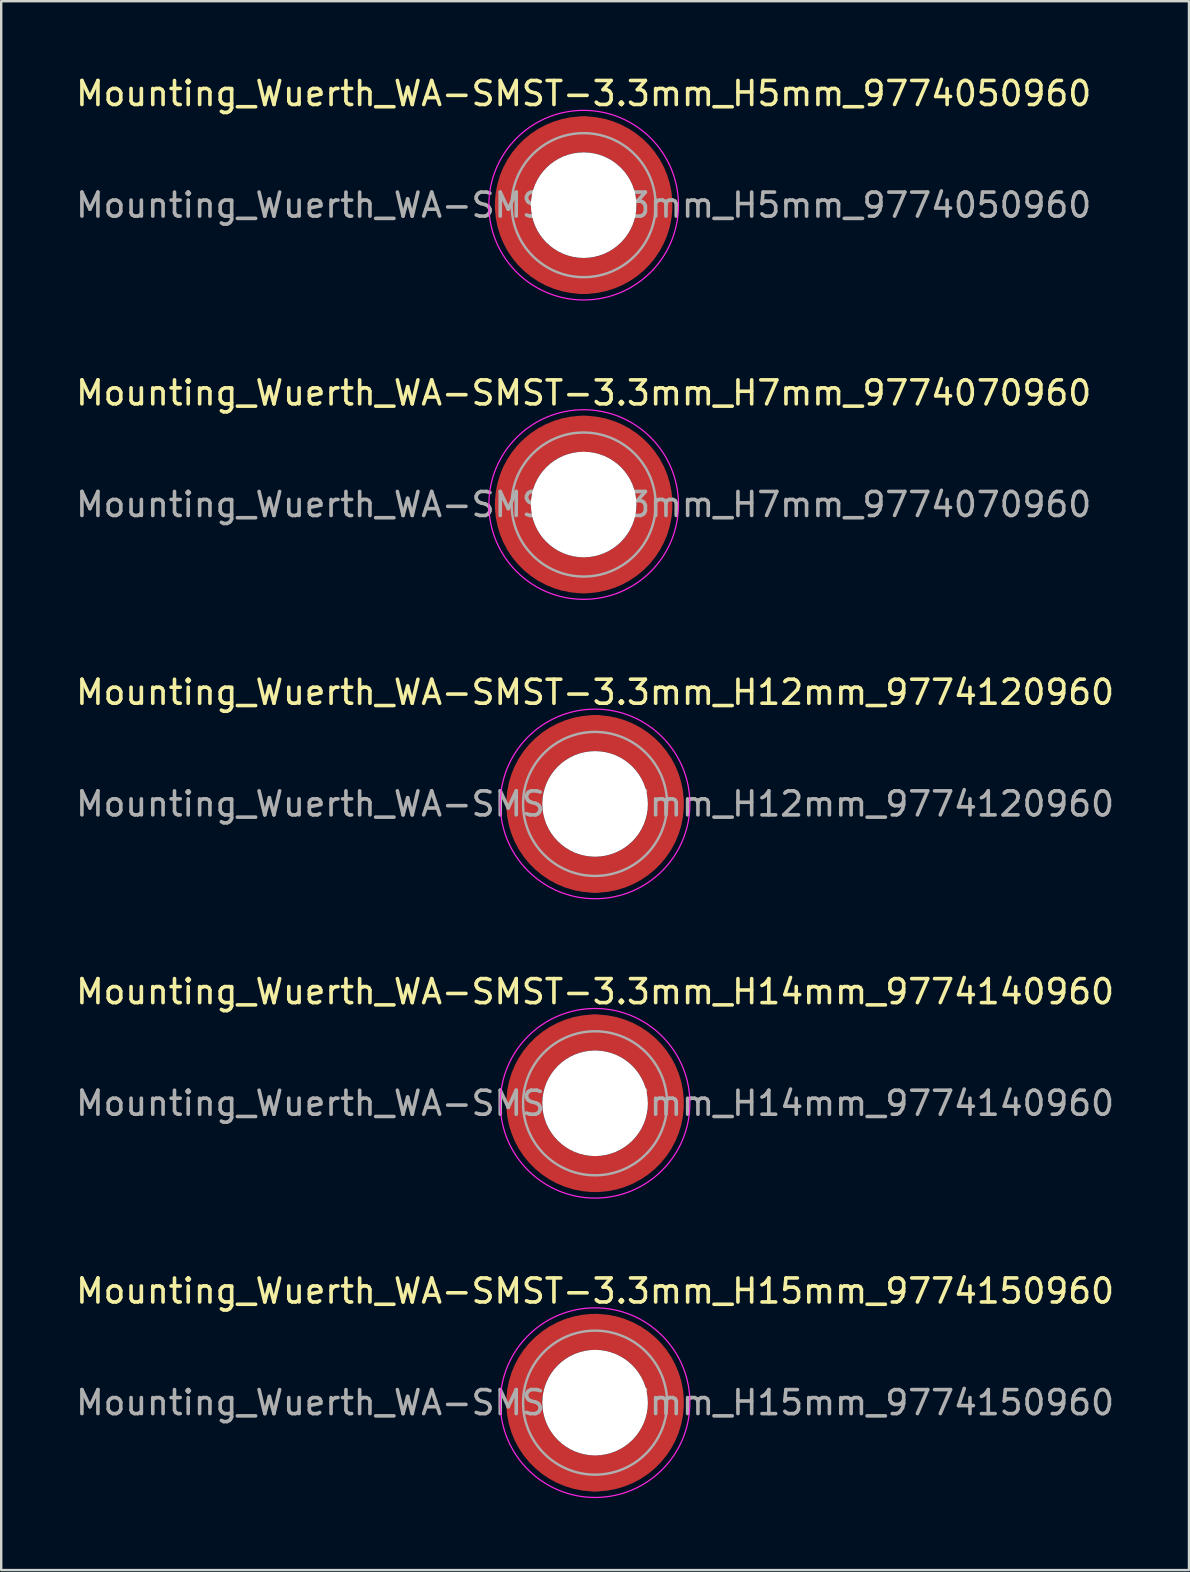
<source format=kicad_pcb>
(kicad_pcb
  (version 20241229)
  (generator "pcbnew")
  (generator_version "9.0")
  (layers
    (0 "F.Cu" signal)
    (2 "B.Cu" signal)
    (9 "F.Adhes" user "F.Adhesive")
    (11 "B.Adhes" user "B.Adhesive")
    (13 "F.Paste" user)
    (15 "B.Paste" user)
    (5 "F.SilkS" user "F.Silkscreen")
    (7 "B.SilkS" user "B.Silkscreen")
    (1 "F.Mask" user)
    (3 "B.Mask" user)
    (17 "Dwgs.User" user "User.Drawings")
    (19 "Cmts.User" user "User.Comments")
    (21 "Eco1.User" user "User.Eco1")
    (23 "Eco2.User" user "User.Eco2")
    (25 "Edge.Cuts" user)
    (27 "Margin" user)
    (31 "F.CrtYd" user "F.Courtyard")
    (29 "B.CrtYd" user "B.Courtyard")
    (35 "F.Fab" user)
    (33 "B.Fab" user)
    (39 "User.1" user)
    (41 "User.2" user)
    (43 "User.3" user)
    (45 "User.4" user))
  (footprint "Mounting_Wuerth_WA-SMST-3.3mm_H7mm_9774070960"
    (layer "F.Cu")
    (at 21.268 17.971)
    (property "Reference" "Mounting_Wuerth_WA-SMST-3.3mm_H7mm_9774070960" (at 0 -4.65 0) (layer "F.SilkS") (effects (font (size 1 1) (thickness 0.15))))
    (attr smd)
    (fp_circle (center 0 0) (end 3.95 0) (stroke (width 0.05) (type solid)) (fill no) (layer "F.CrtYd"))
    (fp_circle (center 0 0) (end 3 0) (stroke (width 0.1) (type solid)) (fill no) (layer "F.Fab"))
    (fp_text user "${REFERENCE}" (at 0 0 0) (layer "F.Fab") (effects (font (size 1 1) (thickness 0.15))))
    (pad "" smd custom (at -2.058 -2.058) (size 1.1 1.1) (layers "F.Paste") (options (anchor circle)) (primitives (gr_arc (start -0.524489 1.532681) (mid 0.194454 0.194454) (end 1.532681 -0.524489) (width 0.55)) (gr_arc (start -0.804569 1.532681) (mid 0 0) (end 1.532681 -0.804569) (width 0.55)) (gr_arc (start -1.083752 1.532681) (mid -0.194454 -0.194454) (end 1.532681 -1.083752) (width 0.55)) (gr_line (start 1.533 -0.524) (end 1.533 -1.084) (width 0.55)) (gr_line (start -0.524 1.533) (end -1.084 1.533) (width 0.55))))
    (pad "" smd custom (at -2.058 2.058) (size 1.1 1.1) (layers "F.Paste") (options (anchor circle)) (primitives (gr_arc (start 1.532681 0.524489) (mid 0.194454 -0.194454) (end -0.524489 -1.532681) (width 0.55)) (gr_arc (start 1.532681 0.804569) (mid 0 0) (end -0.804569 -1.532681) (width 0.55)) (gr_arc (start 1.532681 1.083752) (mid -0.194454 0.194454) (end -1.083752 -1.532681) (width 0.55)) (gr_line (start -0.524 -1.533) (end -1.084 -1.533) (width 0.55)) (gr_line (start 1.533 0.524) (end 1.533 1.084) (width 0.55))))
    (pad "" np_thru_hole circle (at 0 0) (size 4.4 4.4) (drill 4.4) (layers "*.Cu" "*.Mask"))
    (pad "" smd custom (at 2.058 -2.058) (size 1.1 1.1) (layers "F.Paste") (options (anchor circle)) (primitives (gr_arc (start -1.532681 -0.524489) (mid -0.194454 0.194454) (end 0.524489 1.532681) (width 0.55)) (gr_arc (start -1.532681 -0.804569) (mid 0 0) (end 0.804569 1.532681) (width 0.55)) (gr_arc (start -1.532681 -1.083752) (mid 0.194454 -0.194454) (end 1.083752 1.532681) (width 0.55)) (gr_line (start 0.524 1.533) (end 1.084 1.533) (width 0.55)) (gr_line (start -1.533 -0.524) (end -1.533 -1.084) (width 0.55))))
    (pad "" smd custom (at 2.058 2.058) (size 1.1 1.1) (layers "F.Paste") (options (anchor circle)) (primitives (gr_arc (start 0.524489 -1.532681) (mid -0.194454 -0.194454) (end -1.532681 0.524489) (width 0.55)) (gr_arc (start 0.804569 -1.532681) (mid 0 0) (end -1.532681 0.804569) (width 0.55)) (gr_arc (start 1.083752 -1.532681) (mid 0.194454 0.194454) (end -1.532681 1.083752) (width 0.55)) (gr_line (start -1.533 0.524) (end -1.533 1.084) (width 0.55)) (gr_line (start 0.524 -1.533) (end 1.084 -1.533) (width 0.55))))
    (pad "1" smd circle (at -2.95 0) (size 1.5 1.5) (layers "F.Cu"))
    (pad "1" smd circle (at 0 -2.95) (size 1.5 1.5) (layers "F.Cu"))
    (pad "1" smd circle (at 0 2.95) (size 1.5 1.5) (layers "F.Cu"))
    (pad "1" smd custom (at 2.95 0) (size 1.5 1.5) (layers "F.Cu" "F.Mask") (options (anchor circle)) (primitives (gr_circle (center -2.95 0) (end 0 0) (width 1.5) (fill no)))))
  (footprint "Mounting_Wuerth_WA-SMST-3.3mm_H14mm_9774140960"
    (layer "F.Cu")
    (at 21.744 42.918)
    (property "Reference" "Mounting_Wuerth_WA-SMST-3.3mm_H14mm_9774140960" (at 0 -4.65 0) (layer "F.SilkS") (effects (font (size 1 1) (thickness 0.15))))
    (attr smd)
    (fp_circle (center 0 0) (end 3.95 0) (stroke (width 0.05) (type solid)) (fill no) (layer "F.CrtYd"))
    (fp_circle (center 0 0) (end 3 0) (stroke (width 0.1) (type solid)) (fill no) (layer "F.Fab"))
    (fp_text user "${REFERENCE}" (at 0 0 0) (layer "F.Fab") (effects (font (size 1 1) (thickness 0.15))))
    (pad "" smd custom (at -2.058 -2.058) (size 1.1 1.1) (layers "F.Paste") (options (anchor circle)) (primitives (gr_arc (start -0.524489 1.532681) (mid 0.194454 0.194454) (end 1.532681 -0.524489) (width 0.55)) (gr_arc (start -0.804569 1.532681) (mid 0 0) (end 1.532681 -0.804569) (width 0.55)) (gr_arc (start -1.083752 1.532681) (mid -0.194454 -0.194454) (end 1.532681 -1.083752) (width 0.55)) (gr_line (start 1.533 -0.524) (end 1.533 -1.084) (width 0.55)) (gr_line (start -0.524 1.533) (end -1.084 1.533) (width 0.55))))
    (pad "" smd custom (at -2.058 2.058) (size 1.1 1.1) (layers "F.Paste") (options (anchor circle)) (primitives (gr_arc (start 1.532681 0.524489) (mid 0.194454 -0.194454) (end -0.524489 -1.532681) (width 0.55)) (gr_arc (start 1.532681 0.804569) (mid 0 0) (end -0.804569 -1.532681) (width 0.55)) (gr_arc (start 1.532681 1.083752) (mid -0.194454 0.194454) (end -1.083752 -1.532681) (width 0.55)) (gr_line (start -0.524 -1.533) (end -1.084 -1.533) (width 0.55)) (gr_line (start 1.533 0.524) (end 1.533 1.084) (width 0.55))))
    (pad "" np_thru_hole circle (at 0 0) (size 4.4 4.4) (drill 4.4) (layers "*.Cu" "*.Mask"))
    (pad "" smd custom (at 2.058 -2.058) (size 1.1 1.1) (layers "F.Paste") (options (anchor circle)) (primitives (gr_arc (start -1.532681 -0.524489) (mid -0.194454 0.194454) (end 0.524489 1.532681) (width 0.55)) (gr_arc (start -1.532681 -0.804569) (mid 0 0) (end 0.804569 1.532681) (width 0.55)) (gr_arc (start -1.532681 -1.083752) (mid 0.194454 -0.194454) (end 1.083752 1.532681) (width 0.55)) (gr_line (start 0.524 1.533) (end 1.084 1.533) (width 0.55)) (gr_line (start -1.533 -0.524) (end -1.533 -1.084) (width 0.55))))
    (pad "" smd custom (at 2.058 2.058) (size 1.1 1.1) (layers "F.Paste") (options (anchor circle)) (primitives (gr_arc (start 0.524489 -1.532681) (mid -0.194454 -0.194454) (end -1.532681 0.524489) (width 0.55)) (gr_arc (start 0.804569 -1.532681) (mid 0 0) (end -1.532681 0.804569) (width 0.55)) (gr_arc (start 1.083752 -1.532681) (mid 0.194454 0.194454) (end -1.532681 1.083752) (width 0.55)) (gr_line (start -1.533 0.524) (end -1.533 1.084) (width 0.55)) (gr_line (start 0.524 -1.533) (end 1.084 -1.533) (width 0.55))))
    (pad "1" smd circle (at -2.95 0) (size 1.5 1.5) (layers "F.Cu"))
    (pad "1" smd circle (at 0 -2.95) (size 1.5 1.5) (layers "F.Cu"))
    (pad "1" smd circle (at 0 2.95) (size 1.5 1.5) (layers "F.Cu"))
    (pad "1" smd custom (at 2.95 0) (size 1.5 1.5) (layers "F.Cu" "F.Mask") (options (anchor circle)) (primitives (gr_circle (center -2.95 0) (end 0 0) (width 1.5) (fill no)))))
  (footprint "Mounting_Wuerth_WA-SMST-3.3mm_H5mm_9774050960"
    (layer "F.Cu")
    (at 21.268 5.498)
    (property "Reference" "Mounting_Wuerth_WA-SMST-3.3mm_H5mm_9774050960" (at 0 -4.65 0) (layer "F.SilkS") (effects (font (size 1 1) (thickness 0.15))))
    (attr smd)
    (fp_circle (center 0 0) (end 3.95 0) (stroke (width 0.05) (type solid)) (fill no) (layer "F.CrtYd"))
    (fp_circle (center 0 0) (end 3 0) (stroke (width 0.1) (type solid)) (fill no) (layer "F.Fab"))
    (fp_text user "${REFERENCE}" (at 0 0 0) (layer "F.Fab") (effects (font (size 1 1) (thickness 0.15))))
    (pad "" smd custom (at -2.058 -2.058) (size 1.1 1.1) (layers "F.Paste") (options (anchor circle)) (primitives (gr_arc (start -0.524489 1.532681) (mid 0.194454 0.194454) (end 1.532681 -0.524489) (width 0.55)) (gr_arc (start -0.804569 1.532681) (mid 0 0) (end 1.532681 -0.804569) (width 0.55)) (gr_arc (start -1.083752 1.532681) (mid -0.194454 -0.194454) (end 1.532681 -1.083752) (width 0.55)) (gr_line (start 1.533 -0.524) (end 1.533 -1.084) (width 0.55)) (gr_line (start -0.524 1.533) (end -1.084 1.533) (width 0.55))))
    (pad "" smd custom (at -2.058 2.058) (size 1.1 1.1) (layers "F.Paste") (options (anchor circle)) (primitives (gr_arc (start 1.532681 0.524489) (mid 0.194454 -0.194454) (end -0.524489 -1.532681) (width 0.55)) (gr_arc (start 1.532681 0.804569) (mid 0 0) (end -0.804569 -1.532681) (width 0.55)) (gr_arc (start 1.532681 1.083752) (mid -0.194454 0.194454) (end -1.083752 -1.532681) (width 0.55)) (gr_line (start -0.524 -1.533) (end -1.084 -1.533) (width 0.55)) (gr_line (start 1.533 0.524) (end 1.533 1.084) (width 0.55))))
    (pad "" np_thru_hole circle (at 0 0) (size 4.4 4.4) (drill 4.4) (layers "*.Cu" "*.Mask"))
    (pad "" smd custom (at 2.058 -2.058) (size 1.1 1.1) (layers "F.Paste") (options (anchor circle)) (primitives (gr_arc (start -1.532681 -0.524489) (mid -0.194454 0.194454) (end 0.524489 1.532681) (width 0.55)) (gr_arc (start -1.532681 -0.804569) (mid 0 0) (end 0.804569 1.532681) (width 0.55)) (gr_arc (start -1.532681 -1.083752) (mid 0.194454 -0.194454) (end 1.083752 1.532681) (width 0.55)) (gr_line (start 0.524 1.533) (end 1.084 1.533) (width 0.55)) (gr_line (start -1.533 -0.524) (end -1.533 -1.084) (width 0.55))))
    (pad "" smd custom (at 2.058 2.058) (size 1.1 1.1) (layers "F.Paste") (options (anchor circle)) (primitives (gr_arc (start 0.524489 -1.532681) (mid -0.194454 -0.194454) (end -1.532681 0.524489) (width 0.55)) (gr_arc (start 0.804569 -1.532681) (mid 0 0) (end -1.532681 0.804569) (width 0.55)) (gr_arc (start 1.083752 -1.532681) (mid 0.194454 0.194454) (end -1.532681 1.083752) (width 0.55)) (gr_line (start -1.533 0.524) (end -1.533 1.084) (width 0.55)) (gr_line (start 0.524 -1.533) (end 1.084 -1.533) (width 0.55))))
    (pad "1" smd circle (at -2.95 0) (size 1.5 1.5) (layers "F.Cu"))
    (pad "1" smd circle (at 0 -2.95) (size 1.5 1.5) (layers "F.Cu"))
    (pad "1" smd circle (at 0 2.95) (size 1.5 1.5) (layers "F.Cu"))
    (pad "1" smd custom (at 2.95 0) (size 1.5 1.5) (layers "F.Cu" "F.Mask") (options (anchor circle)) (primitives (gr_circle (center -2.95 0) (end 0 0) (width 1.5) (fill no)))))
  (footprint "Mounting_Wuerth_WA-SMST-3.3mm_H12mm_9774120960"
    (layer "F.Cu")
    (at 21.744 30.445)
    (property "Reference" "Mounting_Wuerth_WA-SMST-3.3mm_H12mm_9774120960" (at 0 -4.65 0) (layer "F.SilkS") (effects (font (size 1 1) (thickness 0.15))))
    (attr smd)
    (fp_circle (center 0 0) (end 3.95 0) (stroke (width 0.05) (type solid)) (fill no) (layer "F.CrtYd"))
    (fp_circle (center 0 0) (end 3 0) (stroke (width 0.1) (type solid)) (fill no) (layer "F.Fab"))
    (fp_text user "${REFERENCE}" (at 0 0 0) (layer "F.Fab") (effects (font (size 1 1) (thickness 0.15))))
    (pad "" smd custom (at -2.058 -2.058) (size 1.1 1.1) (layers "F.Paste") (options (anchor circle)) (primitives (gr_arc (start -0.524489 1.532681) (mid 0.194454 0.194454) (end 1.532681 -0.524489) (width 0.55)) (gr_arc (start -0.804569 1.532681) (mid 0 0) (end 1.532681 -0.804569) (width 0.55)) (gr_arc (start -1.083752 1.532681) (mid -0.194454 -0.194454) (end 1.532681 -1.083752) (width 0.55)) (gr_line (start 1.533 -0.524) (end 1.533 -1.084) (width 0.55)) (gr_line (start -0.524 1.533) (end -1.084 1.533) (width 0.55))))
    (pad "" smd custom (at -2.058 2.058) (size 1.1 1.1) (layers "F.Paste") (options (anchor circle)) (primitives (gr_arc (start 1.532681 0.524489) (mid 0.194454 -0.194454) (end -0.524489 -1.532681) (width 0.55)) (gr_arc (start 1.532681 0.804569) (mid 0 0) (end -0.804569 -1.532681) (width 0.55)) (gr_arc (start 1.532681 1.083752) (mid -0.194454 0.194454) (end -1.083752 -1.532681) (width 0.55)) (gr_line (start -0.524 -1.533) (end -1.084 -1.533) (width 0.55)) (gr_line (start 1.533 0.524) (end 1.533 1.084) (width 0.55))))
    (pad "" np_thru_hole circle (at 0 0) (size 4.4 4.4) (drill 4.4) (layers "*.Cu" "*.Mask"))
    (pad "" smd custom (at 2.058 -2.058) (size 1.1 1.1) (layers "F.Paste") (options (anchor circle)) (primitives (gr_arc (start -1.532681 -0.524489) (mid -0.194454 0.194454) (end 0.524489 1.532681) (width 0.55)) (gr_arc (start -1.532681 -0.804569) (mid 0 0) (end 0.804569 1.532681) (width 0.55)) (gr_arc (start -1.532681 -1.083752) (mid 0.194454 -0.194454) (end 1.083752 1.532681) (width 0.55)) (gr_line (start 0.524 1.533) (end 1.084 1.533) (width 0.55)) (gr_line (start -1.533 -0.524) (end -1.533 -1.084) (width 0.55))))
    (pad "" smd custom (at 2.058 2.058) (size 1.1 1.1) (layers "F.Paste") (options (anchor circle)) (primitives (gr_arc (start 0.524489 -1.532681) (mid -0.194454 -0.194454) (end -1.532681 0.524489) (width 0.55)) (gr_arc (start 0.804569 -1.532681) (mid 0 0) (end -1.532681 0.804569) (width 0.55)) (gr_arc (start 1.083752 -1.532681) (mid 0.194454 0.194454) (end -1.532681 1.083752) (width 0.55)) (gr_line (start -1.533 0.524) (end -1.533 1.084) (width 0.55)) (gr_line (start 0.524 -1.533) (end 1.084 -1.533) (width 0.55))))
    (pad "1" smd circle (at -2.95 0) (size 1.5 1.5) (layers "F.Cu"))
    (pad "1" smd circle (at 0 -2.95) (size 1.5 1.5) (layers "F.Cu"))
    (pad "1" smd circle (at 0 2.95) (size 1.5 1.5) (layers "F.Cu"))
    (pad "1" smd custom (at 2.95 0) (size 1.5 1.5) (layers "F.Cu" "F.Mask") (options (anchor circle)) (primitives (gr_circle (center -2.95 0) (end 0 0) (width 1.5) (fill no)))))
  (footprint "Mounting_Wuerth_WA-SMST-3.3mm_H15mm_9774150960"
    (layer "F.Cu")
    (at 21.744 55.391)
    (property "Reference" "Mounting_Wuerth_WA-SMST-3.3mm_H15mm_9774150960" (at 0 -4.65 0) (layer "F.SilkS") (effects (font (size 1 1) (thickness 0.15))))
    (attr smd)
    (fp_circle (center 0 0) (end 3.95 0) (stroke (width 0.05) (type solid)) (fill no) (layer "F.CrtYd"))
    (fp_circle (center 0 0) (end 3 0) (stroke (width 0.1) (type solid)) (fill no) (layer "F.Fab"))
    (fp_text user "${REFERENCE}" (at 0 0 0) (layer "F.Fab") (effects (font (size 1 1) (thickness 0.15))))
    (pad "" smd custom (at -2.058 -2.058) (size 1.1 1.1) (layers "F.Paste") (options (anchor circle)) (primitives (gr_arc (start -0.524489 1.532681) (mid 0.194454 0.194454) (end 1.532681 -0.524489) (width 0.55)) (gr_arc (start -0.804569 1.532681) (mid 0 0) (end 1.532681 -0.804569) (width 0.55)) (gr_arc (start -1.083752 1.532681) (mid -0.194454 -0.194454) (end 1.532681 -1.083752) (width 0.55)) (gr_line (start 1.533 -0.524) (end 1.533 -1.084) (width 0.55)) (gr_line (start -0.524 1.533) (end -1.084 1.533) (width 0.55))))
    (pad "" smd custom (at -2.058 2.058) (size 1.1 1.1) (layers "F.Paste") (options (anchor circle)) (primitives (gr_arc (start 1.532681 0.524489) (mid 0.194454 -0.194454) (end -0.524489 -1.532681) (width 0.55)) (gr_arc (start 1.532681 0.804569) (mid 0 0) (end -0.804569 -1.532681) (width 0.55)) (gr_arc (start 1.532681 1.083752) (mid -0.194454 0.194454) (end -1.083752 -1.532681) (width 0.55)) (gr_line (start -0.524 -1.533) (end -1.084 -1.533) (width 0.55)) (gr_line (start 1.533 0.524) (end 1.533 1.084) (width 0.55))))
    (pad "" np_thru_hole circle (at 0 0) (size 4.4 4.4) (drill 4.4) (layers "*.Cu" "*.Mask"))
    (pad "" smd custom (at 2.058 -2.058) (size 1.1 1.1) (layers "F.Paste") (options (anchor circle)) (primitives (gr_arc (start -1.532681 -0.524489) (mid -0.194454 0.194454) (end 0.524489 1.532681) (width 0.55)) (gr_arc (start -1.532681 -0.804569) (mid 0 0) (end 0.804569 1.532681) (width 0.55)) (gr_arc (start -1.532681 -1.083752) (mid 0.194454 -0.194454) (end 1.083752 1.532681) (width 0.55)) (gr_line (start 0.524 1.533) (end 1.084 1.533) (width 0.55)) (gr_line (start -1.533 -0.524) (end -1.533 -1.084) (width 0.55))))
    (pad "" smd custom (at 2.058 2.058) (size 1.1 1.1) (layers "F.Paste") (options (anchor circle)) (primitives (gr_arc (start 0.524489 -1.532681) (mid -0.194454 -0.194454) (end -1.532681 0.524489) (width 0.55)) (gr_arc (start 0.804569 -1.532681) (mid 0 0) (end -1.532681 0.804569) (width 0.55)) (gr_arc (start 1.083752 -1.532681) (mid 0.194454 0.194454) (end -1.532681 1.083752) (width 0.55)) (gr_line (start -1.533 0.524) (end -1.533 1.084) (width 0.55)) (gr_line (start 0.524 -1.533) (end 1.084 -1.533) (width 0.55))))
    (pad "1" smd circle (at -2.95 0) (size 1.5 1.5) (layers "F.Cu"))
    (pad "1" smd circle (at 0 -2.95) (size 1.5 1.5) (layers "F.Cu"))
    (pad "1" smd circle (at 0 2.95) (size 1.5 1.5) (layers "F.Cu"))
    (pad "1" smd custom (at 2.95 0) (size 1.5 1.5) (layers "F.Cu" "F.Mask") (options (anchor circle)) (primitives (gr_circle (center -2.95 0) (end 0 0) (width 1.5) (fill no)))))
  (gr_rect
    (start -3 -3)
    (end 46.488 62.366)
    (stroke (width 0.1) (type default))
    (fill no)
    (layer "Edge.Cuts")))
</source>
